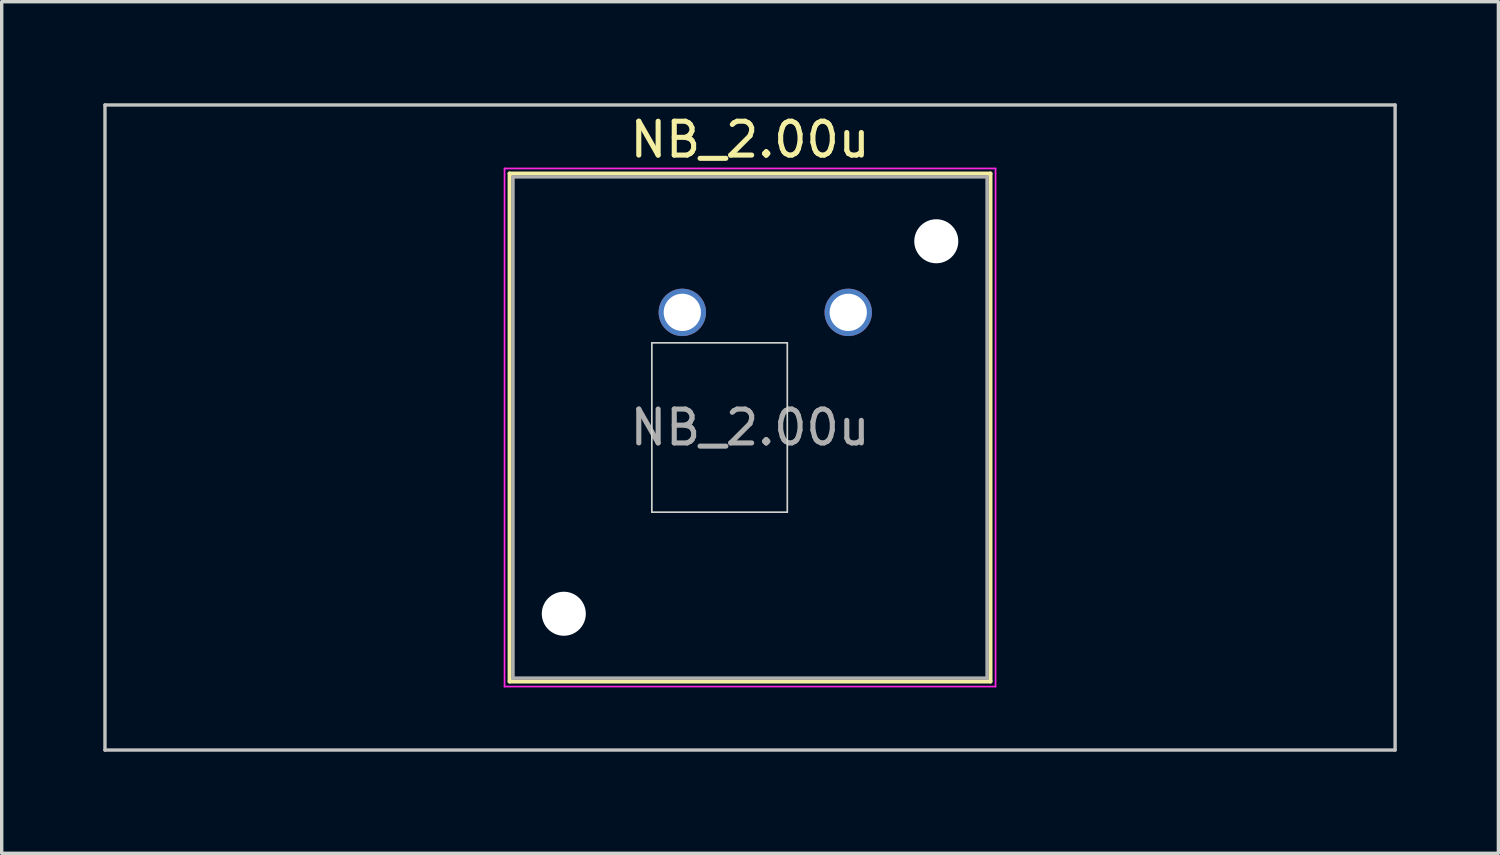
<source format=kicad_pcb>
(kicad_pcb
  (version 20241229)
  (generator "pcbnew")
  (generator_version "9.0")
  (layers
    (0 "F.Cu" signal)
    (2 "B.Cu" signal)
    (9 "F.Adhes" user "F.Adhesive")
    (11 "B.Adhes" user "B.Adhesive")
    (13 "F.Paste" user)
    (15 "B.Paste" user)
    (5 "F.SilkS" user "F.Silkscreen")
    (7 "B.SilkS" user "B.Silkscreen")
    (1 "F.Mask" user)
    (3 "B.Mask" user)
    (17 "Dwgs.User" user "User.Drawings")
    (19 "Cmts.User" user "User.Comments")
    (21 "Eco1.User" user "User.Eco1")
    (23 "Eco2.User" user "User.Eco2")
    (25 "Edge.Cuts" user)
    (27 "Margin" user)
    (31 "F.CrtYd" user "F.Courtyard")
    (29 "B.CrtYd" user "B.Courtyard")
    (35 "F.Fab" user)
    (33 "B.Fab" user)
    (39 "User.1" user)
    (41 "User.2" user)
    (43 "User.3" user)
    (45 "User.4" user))
  (footprint "NB_2.00u"
    (layer "F.Cu")
    (at 19.1 9.575)
    (property "Reference" "NB_2.00u" (at 0 -8.5 0) (layer "F.SilkS") (effects (font (size 1 1) (thickness 0.15))))
    (attr through_hole)
    (fp_line (start -7.1 -7.5) (end -7.1 7.5) (stroke (width 0.12) (type solid)) (layer "F.SilkS"))
    (fp_line (start -7.1 7.5) (end 7.1 7.5) (stroke (width 0.12) (type solid)) (layer "F.SilkS"))
    (fp_line (start 7.1 -7.5) (end -7.1 -7.5) (stroke (width 0.12) (type solid)) (layer "F.SilkS"))
    (fp_line (start 7.1 7.5) (end 7.1 -7.5) (stroke (width 0.12) (type solid)) (layer "F.SilkS"))
    (fp_line (start -19.05 -9.525) (end -19.05 9.525) (stroke (width 0.1) (type solid)) (layer "Dwgs.User"))
    (fp_line (start -19.05 9.525) (end 19.05 9.525) (stroke (width 0.1) (type solid)) (layer "Dwgs.User"))
    (fp_line (start 19.05 -9.525) (end -19.05 -9.525) (stroke (width 0.1) (type solid)) (layer "Dwgs.User"))
    (fp_line (start 19.05 9.525) (end 19.05 -9.525) (stroke (width 0.1) (type solid)) (layer "Dwgs.User"))
    (fp_line (start -8 -8) (end -8 8) (stroke (width 0.1) (type solid)) (layer "Eco1.User"))
    (fp_line (start -8 8) (end 8 8) (stroke (width 0.1) (type solid)) (layer "Eco1.User"))
    (fp_line (start 8 -8) (end -8 -8) (stroke (width 0.1) (type solid)) (layer "Eco1.User"))
    (fp_line (start 8 8) (end 8 -8) (stroke (width 0.1) (type solid)) (layer "Eco1.User"))
    (fp_line (start -2.9 -2.5) (end 1.1 -2.5) (stroke (width 0.05) (type solid)) (layer "Edge.Cuts"))
    (fp_line (start -2.9 2.5) (end -2.9 -2.5) (stroke (width 0.05) (type solid)) (layer "Edge.Cuts"))
    (fp_line (start 1.1 -2.5) (end 1.1 2.5) (stroke (width 0.05) (type solid)) (layer "Edge.Cuts"))
    (fp_line (start 1.1 2.5) (end -2.9 2.5) (stroke (width 0.05) (type solid)) (layer "Edge.Cuts"))
    (fp_line (start -7.25 -7.65) (end -7.25 7.65) (stroke (width 0.05) (type solid)) (layer "F.CrtYd"))
    (fp_line (start -7.25 7.65) (end 7.25 7.65) (stroke (width 0.05) (type solid)) (layer "F.CrtYd"))
    (fp_line (start 7.25 -7.65) (end -7.25 -7.65) (stroke (width 0.05) (type solid)) (layer "F.CrtYd"))
    (fp_line (start 7.25 7.65) (end 7.25 -7.65) (stroke (width 0.05) (type solid)) (layer "F.CrtYd"))
    (fp_line (start -7 -7.4) (end -7 7.4) (stroke (width 0.1) (type solid)) (layer "F.Fab"))
    (fp_line (start -7 7.4) (end 7 7.4) (stroke (width 0.1) (type solid)) (layer "F.Fab"))
    (fp_line (start 7 -7.4) (end -7 -7.4) (stroke (width 0.1) (type solid)) (layer "F.Fab"))
    (fp_line (start 7 7.4) (end 7 -7.4) (stroke (width 0.1) (type solid)) (layer "F.Fab"))
    (fp_text user "${REFERENCE}" (at 0 0 0) (layer "F.Fab") (effects (font (size 1 1) (thickness 0.15))))
    (pad "" np_thru_hole circle (at -5.5 5.5) (size 1.3 1.3) (drill 1.3) (layers "*.Cu" "*.Mask"))
    (pad "" np_thru_hole circle (at 5.5 -5.5) (size 1.3 1.3) (drill 1.3) (layers "*.Cu" "*.Mask"))
    (pad "1" thru_hole circle (at -2 -3.4) (size 1.4 1.4) (drill 1.1) (layers "*.Cu" "*.Mask"))
    (pad "2" thru_hole circle (at 2.9 -3.4) (size 1.4 1.4) (drill 1.1) (layers "*.Cu" "*.Mask")))
  (gr_rect
    (start -3 -3)
    (end 41.2 22.15)
    (stroke (width 0.1) (type default))
    (fill no)
    (layer "Edge.Cuts")))
</source>
